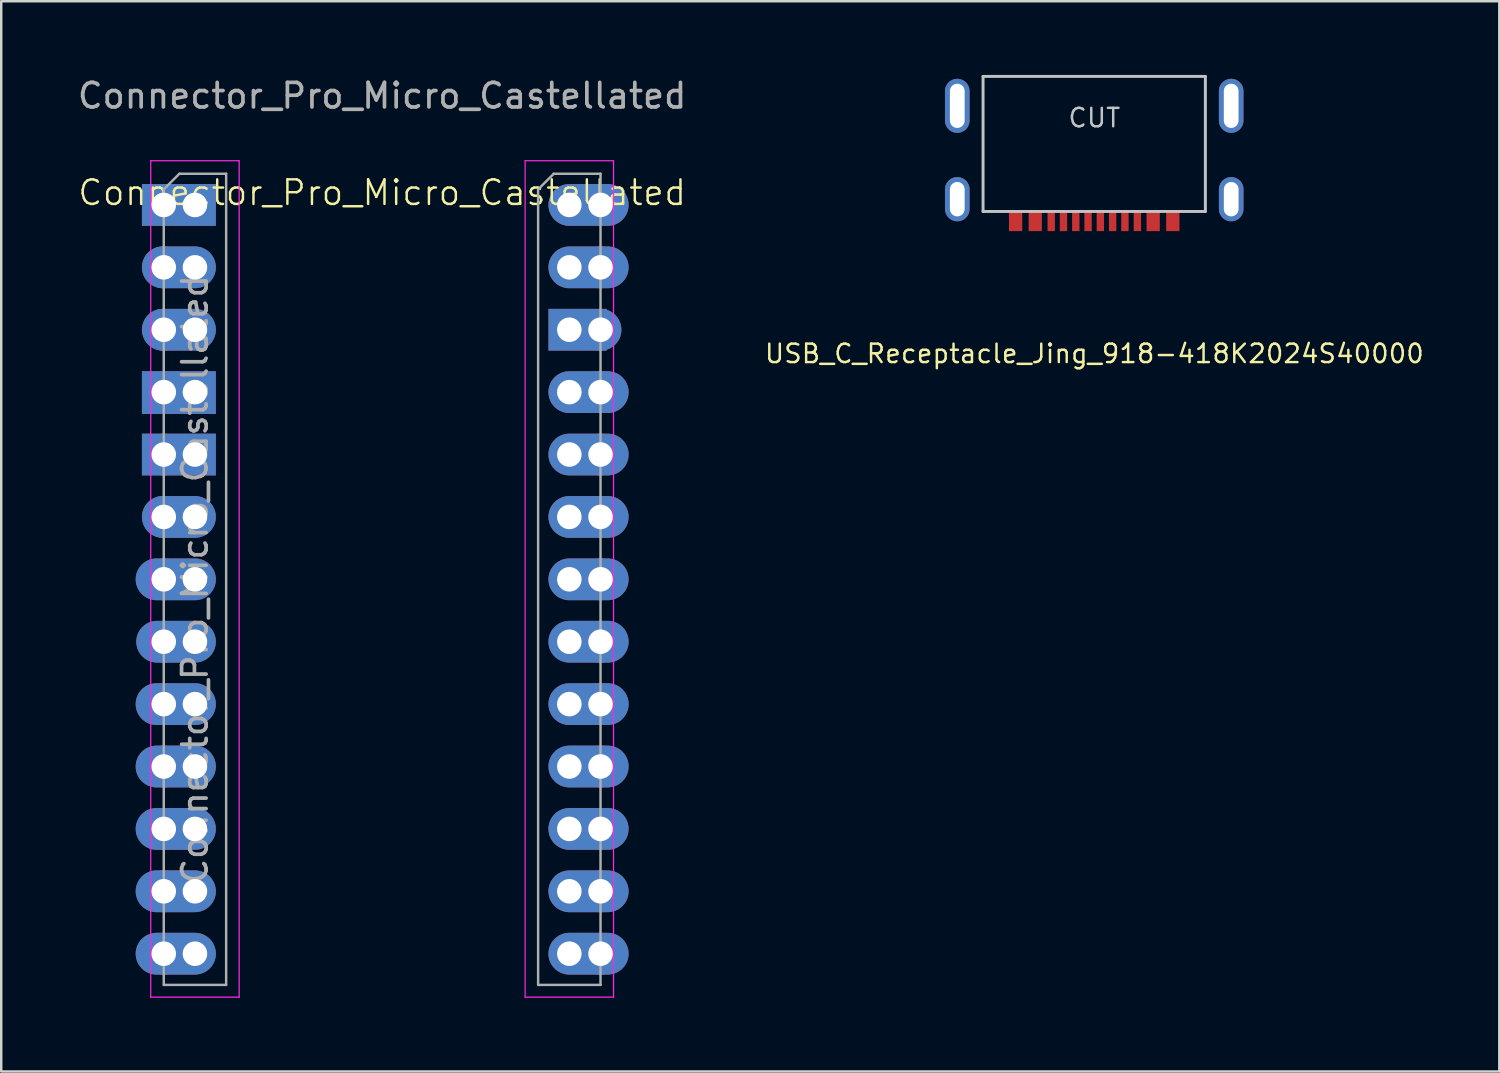
<source format=kicad_pcb>
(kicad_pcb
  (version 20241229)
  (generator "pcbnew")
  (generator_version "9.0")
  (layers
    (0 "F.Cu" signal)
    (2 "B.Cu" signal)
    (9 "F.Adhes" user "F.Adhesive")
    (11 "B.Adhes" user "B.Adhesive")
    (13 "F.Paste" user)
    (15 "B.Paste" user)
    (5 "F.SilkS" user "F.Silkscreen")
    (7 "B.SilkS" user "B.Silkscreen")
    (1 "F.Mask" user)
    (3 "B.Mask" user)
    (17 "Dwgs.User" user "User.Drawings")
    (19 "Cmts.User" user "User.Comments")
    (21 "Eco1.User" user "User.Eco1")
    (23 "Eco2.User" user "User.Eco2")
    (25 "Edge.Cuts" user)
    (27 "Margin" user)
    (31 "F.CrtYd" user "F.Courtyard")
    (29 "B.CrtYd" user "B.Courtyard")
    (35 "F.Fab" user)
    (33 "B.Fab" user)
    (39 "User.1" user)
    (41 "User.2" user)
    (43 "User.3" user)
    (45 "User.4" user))
  (footprint "USB_C_Receptacle_Jing_918-418K2024S40000"
    (layer "F.Cu")
    (at 41.498 5.558)
    (property "Reference" "USB_C_Receptacle_Jing_918-418K2024S40000" (at 0 5.789 0) (layer "F.SilkS") (effects (font (size 0.75 0.75) (thickness 0.1))))
    (attr through_hole)
    (fp_line (start -4.53 -5.497) (end -4.53 0) (stroke (width 0.12) (type solid)) (layer "Dwgs.User"))
    (fp_line (start -4.53 -5.497) (end 4.52 -5.497) (stroke (width 0.12) (type solid)) (layer "Dwgs.User"))
    (fp_line (start -4.53 0) (end 4.52 0) (stroke (width 0.12) (type solid)) (layer "Dwgs.User"))
    (fp_line (start 4.52 -5.497) (end 4.52 0) (stroke (width 0.12) (type solid)) (layer "Dwgs.User"))
    (fp_text user "CUT" (at 0 -3.81 0) (layer "Dwgs.User") (effects (font (size 0.75 0.75) (thickness 0.1))))
    (pad "A1" smd rect (at -3.205 0.4) (size 0.54 0.8) (layers "F.Cu" "F.Mask" "F.Paste"))
    (pad "A1" smd rect (at 3.195 0.4) (size 0.54 0.8) (layers "F.Cu" "F.Mask" "F.Paste"))
    (pad "A4" smd rect (at -2.405 0.4) (size 0.54 0.8) (layers "F.Cu" "F.Mask" "F.Paste"))
    (pad "A4" smd rect (at 2.395 0.4) (size 0.54 0.8) (layers "F.Cu" "F.Mask" "F.Paste"))
    (pad "A5" smd rect (at 1.245 0.4) (size 0.3 0.8) (layers "F.Cu" "F.Mask" "F.Paste"))
    (pad "A6" smd rect (at 0.245 0.4) (size 0.3 0.8) (layers "F.Cu" "F.Mask" "F.Paste"))
    (pad "A7" smd rect (at -0.255 0.4) (size 0.3 0.8) (layers "F.Cu" "F.Mask" "F.Paste"))
    (pad "A8" smd rect (at -1.255 0.4) (size 0.3 0.8) (layers "F.Cu" "F.Mask" "F.Paste"))
    (pad "B5" smd rect (at -1.755 0.4) (size 0.3 0.8) (layers "F.Cu" "F.Mask" "F.Paste"))
    (pad "B6" smd rect (at -0.755 0.4) (size 0.3 0.8) (layers "F.Cu" "F.Mask" "F.Paste"))
    (pad "B7" smd rect (at 0.745 0.4) (size 0.3 0.8) (layers "F.Cu" "F.Mask" "F.Paste"))
    (pad "B8" smd rect (at 1.753 0.4) (size 0.3 0.8) (layers "F.Cu" "F.Mask" "F.Paste"))
    (pad "S1" thru_hole oval (at -5.58 -4.3) (size 1 2.2) (drill oval 0.6 1.8) (layers "*.Cu" "*.Mask" "F.Paste"))
    (pad "S1" thru_hole oval (at -5.58 -0.5) (size 1 1.8) (drill oval 0.6 1.4) (layers "*.Cu" "*.Mask" "F.Paste"))
    (pad "S1" thru_hole oval (at 5.57 -4.3) (size 1 2.2) (drill oval 0.6 1.8) (layers "*.Cu" "*.Mask" "F.Paste"))
    (pad "S1" thru_hole oval (at 5.571 -0.5) (size 1 1.8) (drill oval 0.6 1.4) (layers "*.Cu" "*.Mask" "F.Paste")))
  (footprint "Connector_Pro_Micro_Castellated"
    (layer "F.Cu")
    (at 12.506 20.533)
    (property "Reference" "Connector_Pro_Micro_Castellated" (at 0 -15.74 0) (unlocked yes) (layer "F.SilkS") (effects (font (size 1 1) (thickness 0.1))))
    (attr smd)
    (fp_line (start -9.42 -17.04) (end -9.42 17.01) (stroke (width 0.05) (type solid)) (layer "F.CrtYd"))
    (fp_line (start -9.42 17.01) (end -5.82 17.01) (stroke (width 0.05) (type solid)) (layer "F.CrtYd"))
    (fp_line (start -5.82 -17.04) (end -9.42 -17.04) (stroke (width 0.05) (type solid)) (layer "F.CrtYd"))
    (fp_line (start -5.82 17.01) (end -5.82 -17.04) (stroke (width 0.05) (type solid)) (layer "F.CrtYd"))
    (fp_line (start 5.82 -17.04) (end 5.82 17.01) (stroke (width 0.05) (type solid)) (layer "F.CrtYd"))
    (fp_line (start 5.82 17.01) (end 9.42 17.01) (stroke (width 0.05) (type solid)) (layer "F.CrtYd"))
    (fp_line (start 9.42 -17.04) (end 5.82 -17.04) (stroke (width 0.05) (type solid)) (layer "F.CrtYd"))
    (fp_line (start 9.42 17.01) (end 9.42 -17.04) (stroke (width 0.05) (type solid)) (layer "F.CrtYd"))
    (fp_line (start -8.89 -15.875) (end -8.255 -16.51) (stroke (width 0.1) (type solid)) (layer "F.Fab"))
    (fp_line (start -8.89 16.51) (end -8.89 -15.875) (stroke (width 0.1) (type solid)) (layer "F.Fab"))
    (fp_line (start -8.255 -16.51) (end -6.35 -16.51) (stroke (width 0.1) (type solid)) (layer "F.Fab"))
    (fp_line (start -6.35 -16.51) (end -6.35 16.51) (stroke (width 0.1) (type solid)) (layer "F.Fab"))
    (fp_line (start -6.35 16.51) (end -8.89 16.51) (stroke (width 0.1) (type solid)) (layer "F.Fab"))
    (fp_line (start 6.35 -15.875) (end 6.985 -16.51) (stroke (width 0.1) (type solid)) (layer "F.Fab"))
    (fp_line (start 6.35 16.51) (end 6.35 -15.875) (stroke (width 0.1) (type solid)) (layer "F.Fab"))
    (fp_line (start 6.985 -16.51) (end 8.89 -16.51) (stroke (width 0.1) (type solid)) (layer "F.Fab"))
    (fp_line (start 8.89 -16.51) (end 8.89 16.51) (stroke (width 0.1) (type solid)) (layer "F.Fab"))
    (fp_line (start 8.89 16.51) (end 6.35 16.51) (stroke (width 0.1) (type solid)) (layer "F.Fab"))
    (fp_line (start -9.144 16.51) (end -9.144 -16.51) (stroke (width 0.1) (type default)) (layer "User.4"))
    (fp_line (start 9.144 16.51) (end 9.144 -16.51) (stroke (width 0.1) (type default)) (layer "User.4"))
    (fp_text user "${REFERENCE}" (at 0 -19.685 0) (unlocked yes) (layer "F.Fab") (effects (font (size 1 1) (thickness 0.15))))
    (fp_text user "${REFERENCE}" (at -7.62 0 90) (layer "F.Fab") (effects (font (size 1 1) (thickness 0.15))))
    (pad "1" thru_hole circle (at -8.89 -15.24) (size 1.7 1.7) (drill 1) (layers "*.Cu" "*.Mask"))
    (pad "1" thru_hole rect (at -7.62 -15.24) (size 3.009 1.7) (drill 1 (offset -0.654 0)) (layers "*.Cu" "*.Mask"))
    (pad "2" thru_hole oval (at -8.89 -12.7) (size 1.7 1.7) (drill 1) (layers "*.Cu" "*.Mask"))
    (pad "2" thru_hole oval (at -7.62 -12.7) (size 3.009 1.7) (drill 1 (offset -0.654 0)) (layers "*.Cu" "*.Mask"))
    (pad "3" thru_hole oval (at -8.89 -10.16) (size 1.7 1.7) (drill 1) (layers "*.Cu" "*.Mask"))
    (pad "3" thru_hole oval (at -7.62 -10.16) (size 3.009 1.7) (drill 1 (offset -0.654 0)) (layers "*.Cu" "*.Mask"))
    (pad "4" thru_hole oval (at -8.89 -7.62) (size 1.7 1.7) (drill 1) (layers "*.Cu" "*.Mask"))
    (pad "4" thru_hole rect (at -7.62 -7.62) (size 3.009 1.739) (drill 1 (offset -0.654 0.019)) (layers "*.Cu" "*.Mask"))
    (pad "5" thru_hole oval (at -8.89 -5.08) (size 1.7 1.7) (drill 1) (layers "*.Cu" "*.Mask"))
    (pad "5" thru_hole rect (at -7.62 -5.08) (size 3.009 1.7) (drill 1 (offset -0.654 0)) (layers "*.Cu" "*.Mask"))
    (pad "6" thru_hole oval (at -8.89 -2.54) (size 1.7 1.7) (drill 1) (layers "*.Cu" "*.Mask"))
    (pad "6" thru_hole oval (at -7.62 -2.54) (size 3.009 1.7) (drill 1 (offset -0.654 0)) (layers "*.Cu" "*.Mask"))
    (pad "7" thru_hole oval (at -8.89 0) (size 1.7 1.7) (drill 1) (layers "*.Cu" "*.Mask"))
    (pad "7" thru_hole oval (at -7.62 0) (size 3.263 1.7) (drill 1 (offset -0.781 0)) (layers "*.Cu" "*.Mask"))
    (pad "8" thru_hole oval (at -8.89 2.54) (size 1.7 1.7) (drill 1) (layers "*.Cu" "*.Mask"))
    (pad "8" thru_hole oval (at -7.62 2.54) (size 3.238 1.7) (drill 1 (offset -0.769 0)) (layers "*.Cu" "*.Mask"))
    (pad "9" thru_hole oval (at -8.89 5.08) (size 1.7 1.7) (drill 1) (layers "*.Cu" "*.Mask"))
    (pad "9" thru_hole oval (at -7.62 5.08) (size 3.263 1.7) (drill 1 (offset -0.781 0)) (layers "*.Cu" "*.Mask"))
    (pad "10" thru_hole oval (at -8.89 7.62) (size 1.7 1.7) (drill 1) (layers "*.Cu" "*.Mask"))
    (pad "10" thru_hole oval (at -7.62 7.62) (size 3.263 1.7) (drill 1 (offset -0.781 0)) (layers "*.Cu" "*.Mask"))
    (pad "11" thru_hole oval (at -8.89 10.16) (size 1.7 1.7) (drill 1) (layers "*.Cu" "*.Mask"))
    (pad "11" thru_hole oval (at -7.62 10.16) (size 3.263 1.7) (drill 1 (offset -0.781 0)) (layers "*.Cu" "*.Mask"))
    (pad "12" thru_hole oval (at -8.89 12.7) (size 1.7 1.7) (drill 1) (layers "*.Cu" "*.Mask"))
    (pad "12" thru_hole oval (at -7.62 12.7) (size 3.263 1.7) (drill 1 (offset -0.781 0)) (layers "*.Cu" "*.Mask"))
    (pad "13" thru_hole oval (at -8.89 15.24) (size 1.7 1.7) (drill 1) (layers "*.Cu" "*.Mask"))
    (pad "13" thru_hole oval (at -7.62 15.24) (size 3.263 1.7) (drill 1 (offset -0.781 0)) (layers "*.Cu" "*.Mask"))
    (pad "14" thru_hole oval (at 7.62 -15.24 180) (size 3.263 1.7) (drill 1 (offset -0.781 0)) (layers "*.Cu" "*.Mask"))
    (pad "14" thru_hole circle (at 8.89 -15.24) (size 1.7 1.7) (drill 1) (layers "*.Cu" "*.Mask"))
    (pad "15" thru_hole oval (at 7.62 -12.7 180) (size 3.263 1.7) (drill 1 (offset -0.781 0)) (layers "*.Cu" "*.Mask"))
    (pad "15" thru_hole oval (at 8.89 -12.7) (size 1.7 1.7) (drill 1) (layers "*.Cu" "*.Mask"))
    (pad "16" thru_hole rect (at 7.62 -10.16 180) (size 2.374 1.7) (drill 1 (offset -0.337 0)) (layers "*.Cu" "*.Mask"))
    (pad "16" thru_hole oval (at 8.89 -10.16) (size 1.7 1.7) (drill 1) (layers "*.Cu" "*.Mask"))
    (pad "17" thru_hole oval (at 7.62 -7.62 180) (size 3.263 1.7) (drill 1 (offset -0.781 0)) (layers "*.Cu" "*.Mask"))
    (pad "17" thru_hole oval (at 8.89 -7.62) (size 1.7 1.7) (drill 1) (layers "*.Cu" "*.Mask"))
    (pad "18" thru_hole oval (at 7.62 -5.08 180) (size 3.263 1.7) (drill 1 (offset -0.781 0)) (layers "*.Cu" "*.Mask"))
    (pad "18" thru_hole oval (at 8.89 -5.08) (size 1.7 1.7) (drill 1) (layers "*.Cu" "*.Mask"))
    (pad "19" thru_hole oval (at 7.62 -2.54 180) (size 3.263 1.7) (drill 1 (offset -0.781 0)) (layers "*.Cu" "*.Mask"))
    (pad "19" thru_hole oval (at 8.89 -2.54) (size 1.7 1.7) (drill 1) (layers "*.Cu" "*.Mask"))
    (pad "20" thru_hole oval (at 7.62 0 180) (size 3.263 1.7) (drill 1 (offset -0.781 0)) (layers "*.Cu" "*.Mask"))
    (pad "20" thru_hole oval (at 8.89 0) (size 1.7 1.7) (drill 1) (layers "*.Cu" "*.Mask"))
    (pad "21" thru_hole oval (at 7.62 2.54 180) (size 3.263 1.7) (drill 1 (offset -0.781 0)) (layers "*.Cu" "*.Mask"))
    (pad "21" thru_hole oval (at 8.89 2.54) (size 1.7 1.7) (drill 1) (layers "*.Cu" "*.Mask"))
    (pad "22" thru_hole oval (at 7.62 5.08 180) (size 3.263 1.7) (drill 1 (offset -0.781 0)) (layers "*.Cu" "*.Mask"))
    (pad "22" thru_hole oval (at 8.89 5.08) (size 1.7 1.7) (drill 1) (layers "*.Cu" "*.Mask"))
    (pad "23" thru_hole oval (at 7.62 7.62 180) (size 3.263 1.7) (drill 1 (offset -0.781 0)) (layers "*.Cu" "*.Mask"))
    (pad "23" thru_hole oval (at 8.89 7.62) (size 1.7 1.7) (drill 1) (layers "*.Cu" "*.Mask"))
    (pad "24" thru_hole oval (at 7.62 10.16 180) (size 3.263 1.7) (drill 1 (offset -0.781 0)) (layers "*.Cu" "*.Mask"))
    (pad "24" thru_hole oval (at 8.89 10.16) (size 1.7 1.7) (drill 1) (layers "*.Cu" "*.Mask"))
    (pad "25" thru_hole oval (at 7.62 12.7 180) (size 3.263 1.7) (drill 1 (offset -0.781 0)) (layers "*.Cu" "*.Mask"))
    (pad "25" thru_hole oval (at 8.89 12.7) (size 1.7 1.7) (drill 1) (layers "*.Cu" "*.Mask"))
    (pad "26" thru_hole oval (at 7.62 15.24 180) (size 3.263 1.7) (drill 1 (offset -0.781 0)) (layers "*.Cu" "*.Mask"))
    (pad "26" thru_hole oval (at 8.89 15.24) (size 1.7 1.7) (drill 1) (layers "*.Cu" "*.Mask")))
  (gr_rect
    (start -3 -3)
    (end 57.983 40.568)
    (stroke (width 0.1) (type default))
    (fill no)
    (layer "Edge.Cuts")))
</source>
